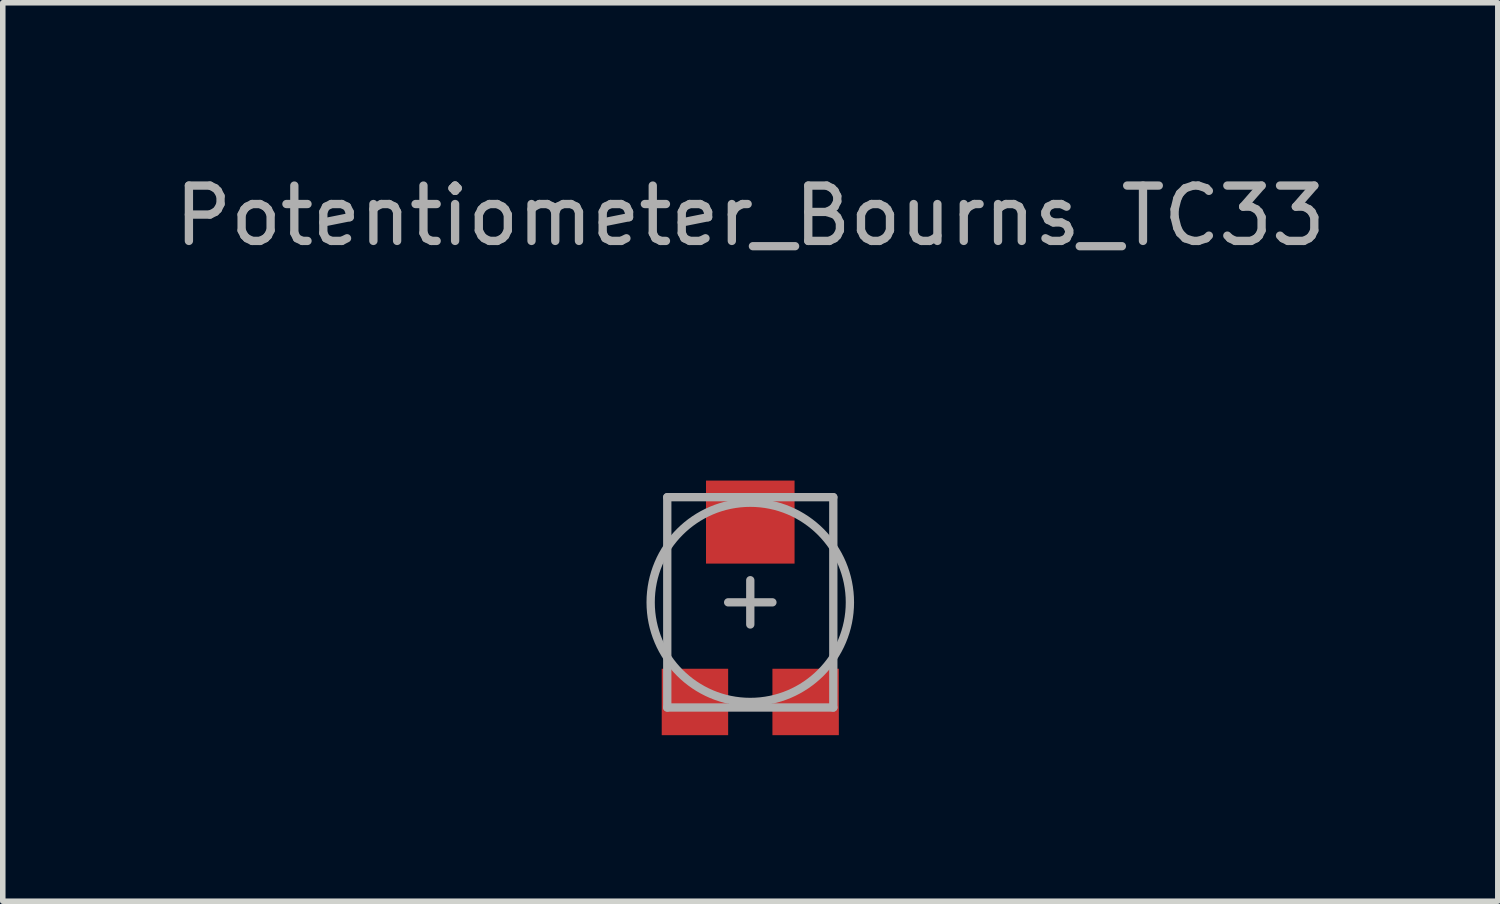
<source format=kicad_pcb>
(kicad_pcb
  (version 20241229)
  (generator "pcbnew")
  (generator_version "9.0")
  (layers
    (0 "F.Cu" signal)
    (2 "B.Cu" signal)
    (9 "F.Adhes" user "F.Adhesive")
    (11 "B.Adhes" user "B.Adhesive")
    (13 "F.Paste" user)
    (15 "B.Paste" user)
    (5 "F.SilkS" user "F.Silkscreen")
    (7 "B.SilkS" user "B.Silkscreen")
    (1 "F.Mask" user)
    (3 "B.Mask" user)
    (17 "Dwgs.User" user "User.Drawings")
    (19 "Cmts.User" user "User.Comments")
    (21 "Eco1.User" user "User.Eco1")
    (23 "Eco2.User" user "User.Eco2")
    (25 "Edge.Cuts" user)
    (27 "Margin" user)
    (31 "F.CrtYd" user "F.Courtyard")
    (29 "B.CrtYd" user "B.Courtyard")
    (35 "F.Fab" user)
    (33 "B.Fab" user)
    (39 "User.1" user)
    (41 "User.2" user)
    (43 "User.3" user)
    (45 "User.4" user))
  (footprint "Potentiometer_Bourns_TC33"
    (layer "F.Cu")
    (at 10.506 7.833)
    (property "Reference" "Potentiometer_Bourns_TC33" (at 0 -6.985 0) (layer "F.Fab") (effects (font (size 1 1) (thickness 0.15))))
    (attr through_hole)
    (fp_line (start -1.5 -1.9) (end -1.5 1.9) (stroke (width 0.15) (type solid)) (layer "F.Fab"))
    (fp_line (start -1.5 -1.9) (end 1.5 -1.9) (stroke (width 0.15) (type solid)) (layer "F.Fab"))
    (fp_line (start -1.5 1.9) (end 1.5 1.9) (stroke (width 0.15) (type solid)) (layer "F.Fab"))
    (fp_line (start -0.4 0) (end 0.4 0) (stroke (width 0.15) (type solid)) (layer "F.Fab"))
    (fp_line (start 0 -0.4) (end 0 0.4) (stroke (width 0.15) (type solid)) (layer "F.Fab"))
    (fp_line (start 1.5 -1.9) (end 1.5 1.9) (stroke (width 0.15) (type solid)) (layer "F.Fab"))
    (fp_circle (center 0 0) (end 1.8 0) (stroke (width 0.15) (type solid)) (fill no) (layer "F.Fab"))
    (pad "1" smd rect (at -1 1.8) (size 1.2 1.2) (layers "F.Cu" "F.Mask" "F.Paste"))
    (pad "2" smd rect (at 0 -1.45) (size 1.6 1.5) (layers "F.Cu" "F.Mask" "F.Paste"))
    (pad "3" smd rect (at 1 1.8) (size 1.2 1.2) (layers "F.Cu" "F.Mask" "F.Paste")))
  (gr_rect
    (start -3 -3)
    (end 24.012 13.233)
    (stroke (width 0.1) (type default))
    (fill no)
    (layer "Edge.Cuts")))
</source>
